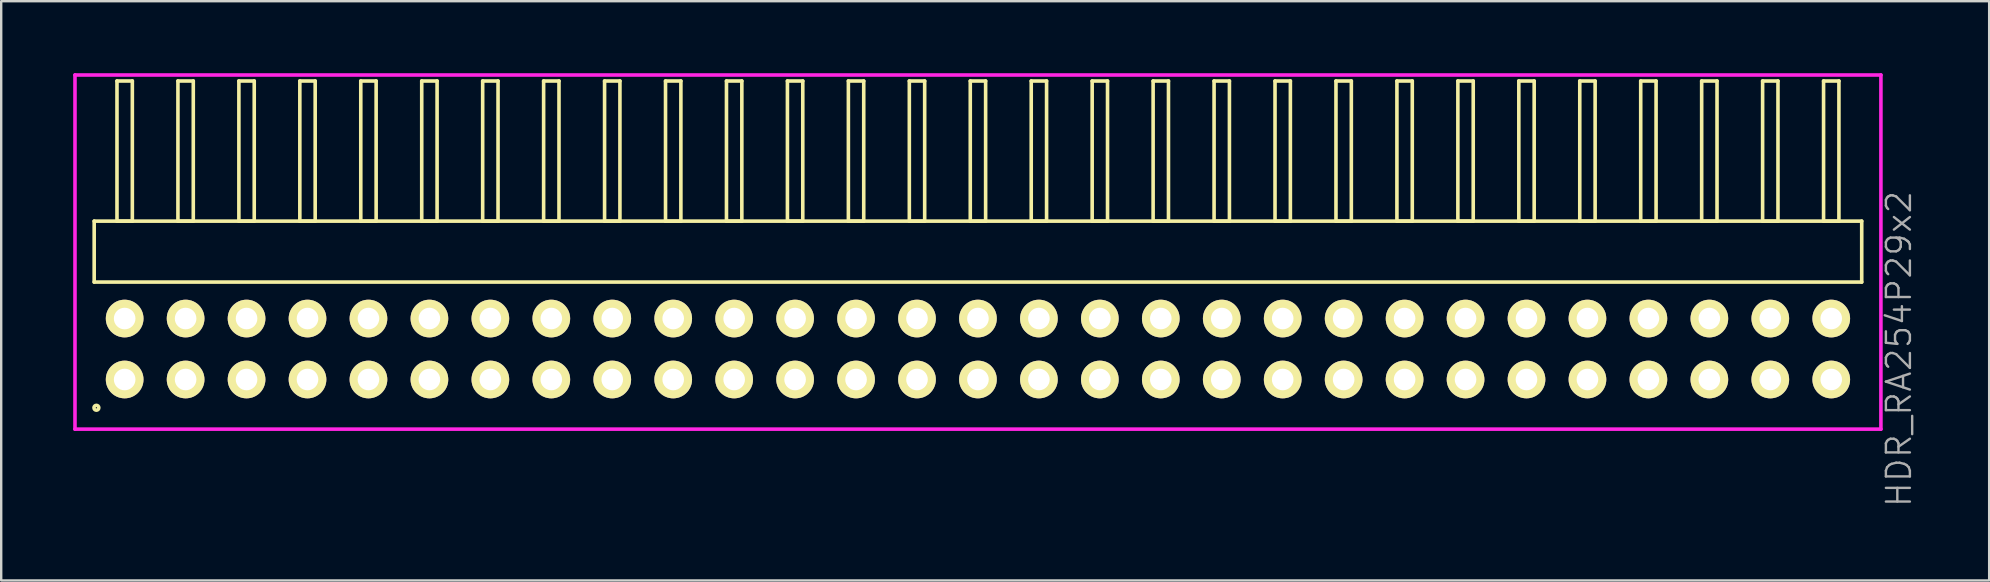
<source format=kicad_pcb>
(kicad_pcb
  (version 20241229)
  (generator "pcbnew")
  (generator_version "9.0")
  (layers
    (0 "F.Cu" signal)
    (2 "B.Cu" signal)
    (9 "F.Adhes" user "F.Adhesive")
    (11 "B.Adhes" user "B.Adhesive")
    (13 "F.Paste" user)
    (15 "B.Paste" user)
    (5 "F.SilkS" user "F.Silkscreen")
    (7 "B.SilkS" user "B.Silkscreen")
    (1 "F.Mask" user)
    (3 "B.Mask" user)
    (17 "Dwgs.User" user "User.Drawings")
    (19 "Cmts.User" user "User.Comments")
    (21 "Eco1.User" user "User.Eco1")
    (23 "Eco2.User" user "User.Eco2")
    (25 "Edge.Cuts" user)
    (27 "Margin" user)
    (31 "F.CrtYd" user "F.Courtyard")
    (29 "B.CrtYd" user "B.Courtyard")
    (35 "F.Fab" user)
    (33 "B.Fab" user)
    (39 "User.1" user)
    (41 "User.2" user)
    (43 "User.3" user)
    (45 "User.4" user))
  (footprint "HDR_RA254P29x2"
    (layer "F.Cu")
    (at 37.705 11.495)
    (property "Reference" "HDR_RA254P29x2" (at 38.38 0 90) (layer "F.Fab") (effects (font (size 1 1) (thickness 0.1))))
    (attr through_hole)
    (fp_line (start -36.83 -5.33) (end -36.83 -2.79) (stroke (width 0.15) (type solid)) (layer "F.SilkS"))
    (fp_line (start -36.83 -2.79) (end 36.83 -2.79) (stroke (width 0.15) (type solid)) (layer "F.SilkS"))
    (fp_line (start -35.88 -11.17) (end -35.88 -5.33) (stroke (width 0.15) (type solid)) (layer "F.SilkS"))
    (fp_line (start -35.88 -5.33) (end -35.24 -5.33) (stroke (width 0.15) (type solid)) (layer "F.SilkS"))
    (fp_line (start -35.24 -11.17) (end -35.88 -11.17) (stroke (width 0.15) (type solid)) (layer "F.SilkS"))
    (fp_line (start -35.24 -5.33) (end -35.24 -11.17) (stroke (width 0.15) (type solid)) (layer "F.SilkS"))
    (fp_line (start -33.34 -11.17) (end -33.34 -5.33) (stroke (width 0.15) (type solid)) (layer "F.SilkS"))
    (fp_line (start -33.34 -5.33) (end -32.7 -5.33) (stroke (width 0.15) (type solid)) (layer "F.SilkS"))
    (fp_line (start -32.7 -11.17) (end -33.34 -11.17) (stroke (width 0.15) (type solid)) (layer "F.SilkS"))
    (fp_line (start -32.7 -5.33) (end -32.7 -11.17) (stroke (width 0.15) (type solid)) (layer "F.SilkS"))
    (fp_line (start -30.8 -11.17) (end -30.8 -5.33) (stroke (width 0.15) (type solid)) (layer "F.SilkS"))
    (fp_line (start -30.8 -5.33) (end -30.16 -5.33) (stroke (width 0.15) (type solid)) (layer "F.SilkS"))
    (fp_line (start -30.16 -11.17) (end -30.8 -11.17) (stroke (width 0.15) (type solid)) (layer "F.SilkS"))
    (fp_line (start -30.16 -5.33) (end -30.16 -11.17) (stroke (width 0.15) (type solid)) (layer "F.SilkS"))
    (fp_line (start -28.26 -11.17) (end -28.26 -5.33) (stroke (width 0.15) (type solid)) (layer "F.SilkS"))
    (fp_line (start -28.26 -5.33) (end -27.62 -5.33) (stroke (width 0.15) (type solid)) (layer "F.SilkS"))
    (fp_line (start -27.62 -11.17) (end -28.26 -11.17) (stroke (width 0.15) (type solid)) (layer "F.SilkS"))
    (fp_line (start -27.62 -5.33) (end -27.62 -11.17) (stroke (width 0.15) (type solid)) (layer "F.SilkS"))
    (fp_line (start -25.72 -11.17) (end -25.72 -5.33) (stroke (width 0.15) (type solid)) (layer "F.SilkS"))
    (fp_line (start -25.72 -5.33) (end -25.08 -5.33) (stroke (width 0.15) (type solid)) (layer "F.SilkS"))
    (fp_line (start -25.08 -11.17) (end -25.72 -11.17) (stroke (width 0.15) (type solid)) (layer "F.SilkS"))
    (fp_line (start -25.08 -5.33) (end -25.08 -11.17) (stroke (width 0.15) (type solid)) (layer "F.SilkS"))
    (fp_line (start -23.18 -11.17) (end -23.18 -5.33) (stroke (width 0.15) (type solid)) (layer "F.SilkS"))
    (fp_line (start -23.18 -5.33) (end -22.54 -5.33) (stroke (width 0.15) (type solid)) (layer "F.SilkS"))
    (fp_line (start -22.54 -11.17) (end -23.18 -11.17) (stroke (width 0.15) (type solid)) (layer "F.SilkS"))
    (fp_line (start -22.54 -5.33) (end -22.54 -11.17) (stroke (width 0.15) (type solid)) (layer "F.SilkS"))
    (fp_line (start -20.64 -11.17) (end -20.64 -5.33) (stroke (width 0.15) (type solid)) (layer "F.SilkS"))
    (fp_line (start -20.64 -5.33) (end -20 -5.33) (stroke (width 0.15) (type solid)) (layer "F.SilkS"))
    (fp_line (start -20 -11.17) (end -20.64 -11.17) (stroke (width 0.15) (type solid)) (layer "F.SilkS"))
    (fp_line (start -20 -5.33) (end -20 -11.17) (stroke (width 0.15) (type solid)) (layer "F.SilkS"))
    (fp_line (start -18.1 -11.17) (end -18.1 -5.33) (stroke (width 0.15) (type solid)) (layer "F.SilkS"))
    (fp_line (start -18.1 -5.33) (end -17.46 -5.33) (stroke (width 0.15) (type solid)) (layer "F.SilkS"))
    (fp_line (start -17.46 -11.17) (end -18.1 -11.17) (stroke (width 0.15) (type solid)) (layer "F.SilkS"))
    (fp_line (start -17.46 -5.33) (end -17.46 -11.17) (stroke (width 0.15) (type solid)) (layer "F.SilkS"))
    (fp_line (start -15.56 -11.17) (end -15.56 -5.33) (stroke (width 0.15) (type solid)) (layer "F.SilkS"))
    (fp_line (start -15.56 -5.33) (end -14.92 -5.33) (stroke (width 0.15) (type solid)) (layer "F.SilkS"))
    (fp_line (start -14.92 -11.17) (end -15.56 -11.17) (stroke (width 0.15) (type solid)) (layer "F.SilkS"))
    (fp_line (start -14.92 -5.33) (end -14.92 -11.17) (stroke (width 0.15) (type solid)) (layer "F.SilkS"))
    (fp_line (start -13.02 -11.17) (end -13.02 -5.33) (stroke (width 0.15) (type solid)) (layer "F.SilkS"))
    (fp_line (start -13.02 -5.33) (end -12.38 -5.33) (stroke (width 0.15) (type solid)) (layer "F.SilkS"))
    (fp_line (start -12.38 -11.17) (end -13.02 -11.17) (stroke (width 0.15) (type solid)) (layer "F.SilkS"))
    (fp_line (start -12.38 -5.33) (end -12.38 -11.17) (stroke (width 0.15) (type solid)) (layer "F.SilkS"))
    (fp_line (start -10.48 -11.17) (end -10.48 -5.33) (stroke (width 0.15) (type solid)) (layer "F.SilkS"))
    (fp_line (start -10.48 -5.33) (end -9.84 -5.33) (stroke (width 0.15) (type solid)) (layer "F.SilkS"))
    (fp_line (start -9.84 -11.17) (end -10.48 -11.17) (stroke (width 0.15) (type solid)) (layer "F.SilkS"))
    (fp_line (start -9.84 -5.33) (end -9.84 -11.17) (stroke (width 0.15) (type solid)) (layer "F.SilkS"))
    (fp_line (start -7.94 -11.17) (end -7.94 -5.33) (stroke (width 0.15) (type solid)) (layer "F.SilkS"))
    (fp_line (start -7.94 -5.33) (end -7.3 -5.33) (stroke (width 0.15) (type solid)) (layer "F.SilkS"))
    (fp_line (start -7.3 -11.17) (end -7.94 -11.17) (stroke (width 0.15) (type solid)) (layer "F.SilkS"))
    (fp_line (start -7.3 -5.33) (end -7.3 -11.17) (stroke (width 0.15) (type solid)) (layer "F.SilkS"))
    (fp_line (start -5.4 -11.17) (end -5.4 -5.33) (stroke (width 0.15) (type solid)) (layer "F.SilkS"))
    (fp_line (start -5.4 -5.33) (end -4.76 -5.33) (stroke (width 0.15) (type solid)) (layer "F.SilkS"))
    (fp_line (start -4.76 -11.17) (end -5.4 -11.17) (stroke (width 0.15) (type solid)) (layer "F.SilkS"))
    (fp_line (start -4.76 -5.33) (end -4.76 -11.17) (stroke (width 0.15) (type solid)) (layer "F.SilkS"))
    (fp_line (start -2.86 -11.17) (end -2.86 -5.33) (stroke (width 0.15) (type solid)) (layer "F.SilkS"))
    (fp_line (start -2.86 -5.33) (end -2.22 -5.33) (stroke (width 0.15) (type solid)) (layer "F.SilkS"))
    (fp_line (start -2.22 -11.17) (end -2.86 -11.17) (stroke (width 0.15) (type solid)) (layer "F.SilkS"))
    (fp_line (start -2.22 -5.33) (end -2.22 -11.17) (stroke (width 0.15) (type solid)) (layer "F.SilkS"))
    (fp_line (start -0.32 -11.17) (end -0.32 -5.33) (stroke (width 0.15) (type solid)) (layer "F.SilkS"))
    (fp_line (start -0.32 -5.33) (end 0.32 -5.33) (stroke (width 0.15) (type solid)) (layer "F.SilkS"))
    (fp_line (start 0.32 -11.17) (end -0.32 -11.17) (stroke (width 0.15) (type solid)) (layer "F.SilkS"))
    (fp_line (start 0.32 -5.33) (end 0.32 -11.17) (stroke (width 0.15) (type solid)) (layer "F.SilkS"))
    (fp_line (start 2.22 -11.17) (end 2.22 -5.33) (stroke (width 0.15) (type solid)) (layer "F.SilkS"))
    (fp_line (start 2.22 -5.33) (end 2.86 -5.33) (stroke (width 0.15) (type solid)) (layer "F.SilkS"))
    (fp_line (start 2.86 -11.17) (end 2.22 -11.17) (stroke (width 0.15) (type solid)) (layer "F.SilkS"))
    (fp_line (start 2.86 -5.33) (end 2.86 -11.17) (stroke (width 0.15) (type solid)) (layer "F.SilkS"))
    (fp_line (start 4.76 -11.17) (end 4.76 -5.33) (stroke (width 0.15) (type solid)) (layer "F.SilkS"))
    (fp_line (start 4.76 -5.33) (end 5.4 -5.33) (stroke (width 0.15) (type solid)) (layer "F.SilkS"))
    (fp_line (start 5.4 -11.17) (end 4.76 -11.17) (stroke (width 0.15) (type solid)) (layer "F.SilkS"))
    (fp_line (start 5.4 -5.33) (end 5.4 -11.17) (stroke (width 0.15) (type solid)) (layer "F.SilkS"))
    (fp_line (start 7.3 -11.17) (end 7.3 -5.33) (stroke (width 0.15) (type solid)) (layer "F.SilkS"))
    (fp_line (start 7.3 -5.33) (end 7.94 -5.33) (stroke (width 0.15) (type solid)) (layer "F.SilkS"))
    (fp_line (start 7.94 -11.17) (end 7.3 -11.17) (stroke (width 0.15) (type solid)) (layer "F.SilkS"))
    (fp_line (start 7.94 -5.33) (end 7.94 -11.17) (stroke (width 0.15) (type solid)) (layer "F.SilkS"))
    (fp_line (start 9.84 -11.17) (end 9.84 -5.33) (stroke (width 0.15) (type solid)) (layer "F.SilkS"))
    (fp_line (start 9.84 -5.33) (end 10.48 -5.33) (stroke (width 0.15) (type solid)) (layer "F.SilkS"))
    (fp_line (start 10.48 -11.17) (end 9.84 -11.17) (stroke (width 0.15) (type solid)) (layer "F.SilkS"))
    (fp_line (start 10.48 -5.33) (end 10.48 -11.17) (stroke (width 0.15) (type solid)) (layer "F.SilkS"))
    (fp_line (start 12.38 -11.17) (end 12.38 -5.33) (stroke (width 0.15) (type solid)) (layer "F.SilkS"))
    (fp_line (start 12.38 -5.33) (end 13.02 -5.33) (stroke (width 0.15) (type solid)) (layer "F.SilkS"))
    (fp_line (start 13.02 -11.17) (end 12.38 -11.17) (stroke (width 0.15) (type solid)) (layer "F.SilkS"))
    (fp_line (start 13.02 -5.33) (end 13.02 -11.17) (stroke (width 0.15) (type solid)) (layer "F.SilkS"))
    (fp_line (start 14.92 -11.17) (end 14.92 -5.33) (stroke (width 0.15) (type solid)) (layer "F.SilkS"))
    (fp_line (start 14.92 -5.33) (end 15.56 -5.33) (stroke (width 0.15) (type solid)) (layer "F.SilkS"))
    (fp_line (start 15.56 -11.17) (end 14.92 -11.17) (stroke (width 0.15) (type solid)) (layer "F.SilkS"))
    (fp_line (start 15.56 -5.33) (end 15.56 -11.17) (stroke (width 0.15) (type solid)) (layer "F.SilkS"))
    (fp_line (start 17.46 -11.17) (end 17.46 -5.33) (stroke (width 0.15) (type solid)) (layer "F.SilkS"))
    (fp_line (start 17.46 -5.33) (end 18.1 -5.33) (stroke (width 0.15) (type solid)) (layer "F.SilkS"))
    (fp_line (start 18.1 -11.17) (end 17.46 -11.17) (stroke (width 0.15) (type solid)) (layer "F.SilkS"))
    (fp_line (start 18.1 -5.33) (end 18.1 -11.17) (stroke (width 0.15) (type solid)) (layer "F.SilkS"))
    (fp_line (start 20 -11.17) (end 20 -5.33) (stroke (width 0.15) (type solid)) (layer "F.SilkS"))
    (fp_line (start 20 -5.33) (end 20.64 -5.33) (stroke (width 0.15) (type solid)) (layer "F.SilkS"))
    (fp_line (start 20.64 -11.17) (end 20 -11.17) (stroke (width 0.15) (type solid)) (layer "F.SilkS"))
    (fp_line (start 20.64 -5.33) (end 20.64 -11.17) (stroke (width 0.15) (type solid)) (layer "F.SilkS"))
    (fp_line (start 22.54 -11.17) (end 22.54 -5.33) (stroke (width 0.15) (type solid)) (layer "F.SilkS"))
    (fp_line (start 22.54 -5.33) (end 23.18 -5.33) (stroke (width 0.15) (type solid)) (layer "F.SilkS"))
    (fp_line (start 23.18 -11.17) (end 22.54 -11.17) (stroke (width 0.15) (type solid)) (layer "F.SilkS"))
    (fp_line (start 23.18 -5.33) (end 23.18 -11.17) (stroke (width 0.15) (type solid)) (layer "F.SilkS"))
    (fp_line (start 25.08 -11.17) (end 25.08 -5.33) (stroke (width 0.15) (type solid)) (layer "F.SilkS"))
    (fp_line (start 25.08 -5.33) (end 25.72 -5.33) (stroke (width 0.15) (type solid)) (layer "F.SilkS"))
    (fp_line (start 25.72 -11.17) (end 25.08 -11.17) (stroke (width 0.15) (type solid)) (layer "F.SilkS"))
    (fp_line (start 25.72 -5.33) (end 25.72 -11.17) (stroke (width 0.15) (type solid)) (layer "F.SilkS"))
    (fp_line (start 27.62 -11.17) (end 27.62 -5.33) (stroke (width 0.15) (type solid)) (layer "F.SilkS"))
    (fp_line (start 27.62 -5.33) (end 28.26 -5.33) (stroke (width 0.15) (type solid)) (layer "F.SilkS"))
    (fp_line (start 28.26 -11.17) (end 27.62 -11.17) (stroke (width 0.15) (type solid)) (layer "F.SilkS"))
    (fp_line (start 28.26 -5.33) (end 28.26 -11.17) (stroke (width 0.15) (type solid)) (layer "F.SilkS"))
    (fp_line (start 30.16 -11.17) (end 30.16 -5.33) (stroke (width 0.15) (type solid)) (layer "F.SilkS"))
    (fp_line (start 30.16 -5.33) (end 30.8 -5.33) (stroke (width 0.15) (type solid)) (layer "F.SilkS"))
    (fp_line (start 30.8 -11.17) (end 30.16 -11.17) (stroke (width 0.15) (type solid)) (layer "F.SilkS"))
    (fp_line (start 30.8 -5.33) (end 30.8 -11.17) (stroke (width 0.15) (type solid)) (layer "F.SilkS"))
    (fp_line (start 32.7 -11.17) (end 32.7 -5.33) (stroke (width 0.15) (type solid)) (layer "F.SilkS"))
    (fp_line (start 32.7 -5.33) (end 33.34 -5.33) (stroke (width 0.15) (type solid)) (layer "F.SilkS"))
    (fp_line (start 33.34 -11.17) (end 32.7 -11.17) (stroke (width 0.15) (type solid)) (layer "F.SilkS"))
    (fp_line (start 33.34 -5.33) (end 33.34 -11.17) (stroke (width 0.15) (type solid)) (layer "F.SilkS"))
    (fp_line (start 35.24 -11.17) (end 35.24 -5.33) (stroke (width 0.15) (type solid)) (layer "F.SilkS"))
    (fp_line (start 35.24 -5.33) (end 35.88 -5.33) (stroke (width 0.15) (type solid)) (layer "F.SilkS"))
    (fp_line (start 35.88 -11.17) (end 35.24 -11.17) (stroke (width 0.15) (type solid)) (layer "F.SilkS"))
    (fp_line (start 35.88 -5.33) (end 35.88 -11.17) (stroke (width 0.15) (type solid)) (layer "F.SilkS"))
    (fp_line (start 36.83 -5.33) (end -36.83 -5.33) (stroke (width 0.15) (type solid)) (layer "F.SilkS"))
    (fp_line (start 36.83 -2.79) (end 36.83 -5.33) (stroke (width 0.15) (type solid)) (layer "F.SilkS"))
    (fp_circle (center -36.738 2.448) (end -36.637 2.448) (stroke (width 0.15) (type solid)) (fill no) (layer "F.SilkS"))
    (fp_line (start -37.63 -11.42) (end -37.63 3.34) (stroke (width 0.15) (type solid)) (layer "F.CrtYd"))
    (fp_line (start -37.63 3.34) (end 37.63 3.34) (stroke (width 0.15) (type solid)) (layer "F.CrtYd"))
    (fp_line (start 37.63 -11.42) (end -37.63 -11.42) (stroke (width 0.15) (type solid)) (layer "F.CrtYd"))
    (fp_line (start 37.63 3.34) (end 37.63 -11.42) (stroke (width 0.15) (type solid)) (layer "F.CrtYd"))
    (pad "1" thru_hole oval (at -35.56 1.27) (size 1.57 1.57) (drill 0.9) (layers "*.Cu" "*.Mask" "F.SilkS"))
    (pad "2" thru_hole oval (at -35.56 -1.27) (size 1.57 1.57) (drill 0.9) (layers "*.Cu" "*.Mask" "F.SilkS"))
    (pad "3" thru_hole oval (at -33.02 1.27) (size 1.57 1.57) (drill 0.9) (layers "*.Cu" "*.Mask" "F.SilkS"))
    (pad "4" thru_hole oval (at -33.02 -1.27) (size 1.57 1.57) (drill 0.9) (layers "*.Cu" "*.Mask" "F.SilkS"))
    (pad "5" thru_hole oval (at -30.48 1.27) (size 1.57 1.57) (drill 0.9) (layers "*.Cu" "*.Mask" "F.SilkS"))
    (pad "6" thru_hole oval (at -30.48 -1.27) (size 1.57 1.57) (drill 0.9) (layers "*.Cu" "*.Mask" "F.SilkS"))
    (pad "7" thru_hole oval (at -27.94 1.27) (size 1.57 1.57) (drill 0.9) (layers "*.Cu" "*.Mask" "F.SilkS"))
    (pad "8" thru_hole oval (at -27.94 -1.27) (size 1.57 1.57) (drill 0.9) (layers "*.Cu" "*.Mask" "F.SilkS"))
    (pad "9" thru_hole oval (at -25.4 1.27) (size 1.57 1.57) (drill 0.9) (layers "*.Cu" "*.Mask" "F.SilkS"))
    (pad "10" thru_hole oval (at -25.4 -1.27) (size 1.57 1.57) (drill 0.9) (layers "*.Cu" "*.Mask" "F.SilkS"))
    (pad "11" thru_hole oval (at -22.86 1.27) (size 1.57 1.57) (drill 0.9) (layers "*.Cu" "*.Mask" "F.SilkS"))
    (pad "12" thru_hole oval (at -22.86 -1.27) (size 1.57 1.57) (drill 0.9) (layers "*.Cu" "*.Mask" "F.SilkS"))
    (pad "13" thru_hole oval (at -20.32 1.27) (size 1.57 1.57) (drill 0.9) (layers "*.Cu" "*.Mask" "F.SilkS"))
    (pad "14" thru_hole oval (at -20.32 -1.27) (size 1.57 1.57) (drill 0.9) (layers "*.Cu" "*.Mask" "F.SilkS"))
    (pad "15" thru_hole oval (at -17.78 1.27) (size 1.57 1.57) (drill 0.9) (layers "*.Cu" "*.Mask" "F.SilkS"))
    (pad "16" thru_hole oval (at -17.78 -1.27) (size 1.57 1.57) (drill 0.9) (layers "*.Cu" "*.Mask" "F.SilkS"))
    (pad "17" thru_hole oval (at -15.24 1.27) (size 1.57 1.57) (drill 0.9) (layers "*.Cu" "*.Mask" "F.SilkS"))
    (pad "18" thru_hole oval (at -15.24 -1.27) (size 1.57 1.57) (drill 0.9) (layers "*.Cu" "*.Mask" "F.SilkS"))
    (pad "19" thru_hole oval (at -12.7 1.27) (size 1.57 1.57) (drill 0.9) (layers "*.Cu" "*.Mask" "F.SilkS"))
    (pad "20" thru_hole oval (at -12.7 -1.27) (size 1.57 1.57) (drill 0.9) (layers "*.Cu" "*.Mask" "F.SilkS"))
    (pad "21" thru_hole oval (at -10.16 1.27) (size 1.57 1.57) (drill 0.9) (layers "*.Cu" "*.Mask" "F.SilkS"))
    (pad "22" thru_hole oval (at -10.16 -1.27) (size 1.57 1.57) (drill 0.9) (layers "*.Cu" "*.Mask" "F.SilkS"))
    (pad "23" thru_hole oval (at -7.62 1.27) (size 1.57 1.57) (drill 0.9) (layers "*.Cu" "*.Mask" "F.SilkS"))
    (pad "24" thru_hole oval (at -7.62 -1.27) (size 1.57 1.57) (drill 0.9) (layers "*.Cu" "*.Mask" "F.SilkS"))
    (pad "25" thru_hole oval (at -5.08 1.27) (size 1.57 1.57) (drill 0.9) (layers "*.Cu" "*.Mask" "F.SilkS"))
    (pad "26" thru_hole oval (at -5.08 -1.27) (size 1.57 1.57) (drill 0.9) (layers "*.Cu" "*.Mask" "F.SilkS"))
    (pad "27" thru_hole oval (at -2.54 1.27) (size 1.57 1.57) (drill 0.9) (layers "*.Cu" "*.Mask" "F.SilkS"))
    (pad "28" thru_hole oval (at -2.54 -1.27) (size 1.57 1.57) (drill 0.9) (layers "*.Cu" "*.Mask" "F.SilkS"))
    (pad "29" thru_hole oval (at 0 1.27) (size 1.57 1.57) (drill 0.9) (layers "*.Cu" "*.Mask" "F.SilkS"))
    (pad "30" thru_hole oval (at 0 -1.27) (size 1.57 1.57) (drill 0.9) (layers "*.Cu" "*.Mask" "F.SilkS"))
    (pad "31" thru_hole oval (at 2.54 1.27) (size 1.57 1.57) (drill 0.9) (layers "*.Cu" "*.Mask" "F.SilkS"))
    (pad "32" thru_hole oval (at 2.54 -1.27) (size 1.57 1.57) (drill 0.9) (layers "*.Cu" "*.Mask" "F.SilkS"))
    (pad "33" thru_hole oval (at 5.08 1.27) (size 1.57 1.57) (drill 0.9) (layers "*.Cu" "*.Mask" "F.SilkS"))
    (pad "34" thru_hole oval (at 5.08 -1.27) (size 1.57 1.57) (drill 0.9) (layers "*.Cu" "*.Mask" "F.SilkS"))
    (pad "35" thru_hole oval (at 7.62 1.27) (size 1.57 1.57) (drill 0.9) (layers "*.Cu" "*.Mask" "F.SilkS"))
    (pad "36" thru_hole oval (at 7.62 -1.27) (size 1.57 1.57) (drill 0.9) (layers "*.Cu" "*.Mask" "F.SilkS"))
    (pad "37" thru_hole oval (at 10.16 1.27) (size 1.57 1.57) (drill 0.9) (layers "*.Cu" "*.Mask" "F.SilkS"))
    (pad "38" thru_hole oval (at 10.16 -1.27) (size 1.57 1.57) (drill 0.9) (layers "*.Cu" "*.Mask" "F.SilkS"))
    (pad "39" thru_hole oval (at 12.7 1.27) (size 1.57 1.57) (drill 0.9) (layers "*.Cu" "*.Mask" "F.SilkS"))
    (pad "40" thru_hole oval (at 12.7 -1.27) (size 1.57 1.57) (drill 0.9) (layers "*.Cu" "*.Mask" "F.SilkS"))
    (pad "41" thru_hole oval (at 15.24 1.27) (size 1.57 1.57) (drill 0.9) (layers "*.Cu" "*.Mask" "F.SilkS"))
    (pad "42" thru_hole oval (at 15.24 -1.27) (size 1.57 1.57) (drill 0.9) (layers "*.Cu" "*.Mask" "F.SilkS"))
    (pad "43" thru_hole oval (at 17.78 1.27) (size 1.57 1.57) (drill 0.9) (layers "*.Cu" "*.Mask" "F.SilkS"))
    (pad "44" thru_hole oval (at 17.78 -1.27) (size 1.57 1.57) (drill 0.9) (layers "*.Cu" "*.Mask" "F.SilkS"))
    (pad "45" thru_hole oval (at 20.32 1.27) (size 1.57 1.57) (drill 0.9) (layers "*.Cu" "*.Mask" "F.SilkS"))
    (pad "46" thru_hole oval (at 20.32 -1.27) (size 1.57 1.57) (drill 0.9) (layers "*.Cu" "*.Mask" "F.SilkS"))
    (pad "47" thru_hole oval (at 22.86 1.27) (size 1.57 1.57) (drill 0.9) (layers "*.Cu" "*.Mask" "F.SilkS"))
    (pad "48" thru_hole oval (at 22.86 -1.27) (size 1.57 1.57) (drill 0.9) (layers "*.Cu" "*.Mask" "F.SilkS"))
    (pad "49" thru_hole oval (at 25.4 1.27) (size 1.57 1.57) (drill 0.9) (layers "*.Cu" "*.Mask" "F.SilkS"))
    (pad "50" thru_hole oval (at 25.4 -1.27) (size 1.57 1.57) (drill 0.9) (layers "*.Cu" "*.Mask" "F.SilkS"))
    (pad "51" thru_hole oval (at 27.94 1.27) (size 1.57 1.57) (drill 0.9) (layers "*.Cu" "*.Mask" "F.SilkS"))
    (pad "52" thru_hole oval (at 27.94 -1.27) (size 1.57 1.57) (drill 0.9) (layers "*.Cu" "*.Mask" "F.SilkS"))
    (pad "53" thru_hole oval (at 30.48 1.27) (size 1.57 1.57) (drill 0.9) (layers "*.Cu" "*.Mask" "F.SilkS"))
    (pad "54" thru_hole oval (at 30.48 -1.27) (size 1.57 1.57) (drill 0.9) (layers "*.Cu" "*.Mask" "F.SilkS"))
    (pad "55" thru_hole oval (at 33.02 1.27) (size 1.57 1.57) (drill 0.9) (layers "*.Cu" "*.Mask" "F.SilkS"))
    (pad "56" thru_hole oval (at 33.02 -1.27) (size 1.57 1.57) (drill 0.9) (layers "*.Cu" "*.Mask" "F.SilkS"))
    (pad "57" thru_hole oval (at 35.56 1.27) (size 1.57 1.57) (drill 0.9) (layers "*.Cu" "*.Mask" "F.SilkS"))
    (pad "58" thru_hole oval (at 35.56 -1.27) (size 1.57 1.57) (drill 0.9) (layers "*.Cu" "*.Mask" "F.SilkS")))
  (gr_rect
    (start -3 -3)
    (end 79.846 21.14)
    (stroke (width 0.1) (type default))
    (fill no)
    (layer "Edge.Cuts")))
</source>
